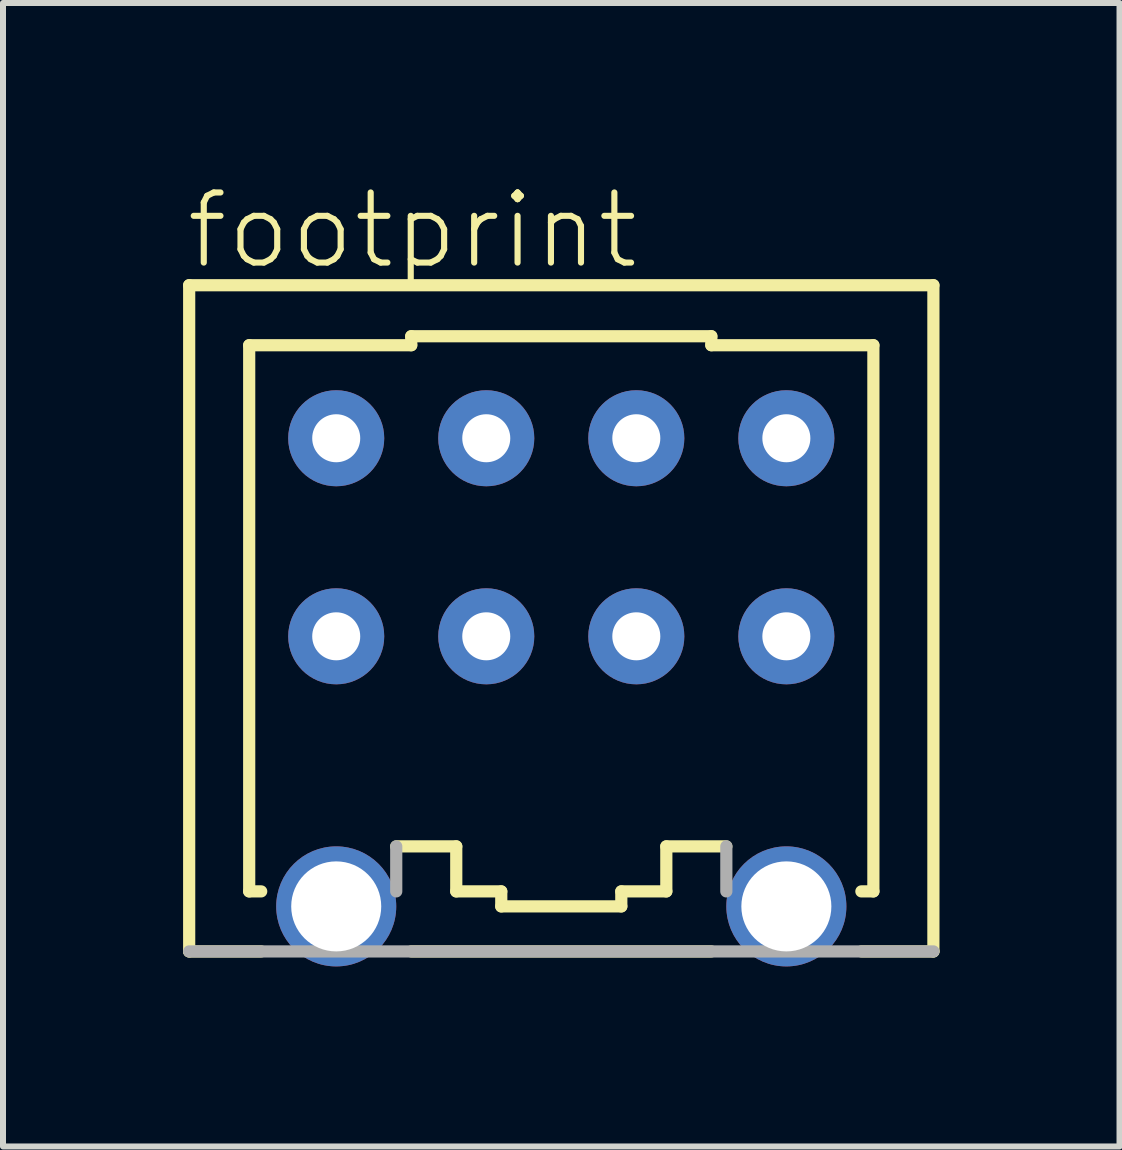
<source format=kicad_pcb>
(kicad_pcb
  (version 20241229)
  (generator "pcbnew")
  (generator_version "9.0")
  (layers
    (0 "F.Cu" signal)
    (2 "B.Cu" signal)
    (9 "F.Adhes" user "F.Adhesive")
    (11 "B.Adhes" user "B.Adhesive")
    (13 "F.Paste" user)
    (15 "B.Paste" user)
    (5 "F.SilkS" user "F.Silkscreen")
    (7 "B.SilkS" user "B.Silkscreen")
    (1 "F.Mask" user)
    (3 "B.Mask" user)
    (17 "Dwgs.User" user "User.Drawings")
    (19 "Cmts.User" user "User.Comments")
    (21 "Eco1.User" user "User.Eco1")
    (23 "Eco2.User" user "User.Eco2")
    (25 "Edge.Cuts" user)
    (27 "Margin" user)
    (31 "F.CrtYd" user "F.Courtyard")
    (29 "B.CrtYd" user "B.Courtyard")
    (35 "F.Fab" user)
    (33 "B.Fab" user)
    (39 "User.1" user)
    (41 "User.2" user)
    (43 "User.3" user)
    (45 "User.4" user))
  (footprint "footprint"
    (layer "F.Cu")
    (at 6.302 7.552)
    (property "Reference" "footprint" (at -6.302 -6.079 0) (layer "F.SilkS") (effects (font (size 1.168 1.168) (thickness 0.102)) (justify left bottom)))
    (fp_line (start -6.2 -5.85) (end 6.2 -5.85) (stroke (width 0.203) (type solid)) (layer "F.SilkS"))
    (fp_line (start -6.2 5.25) (end -6.2 -5.85) (stroke (width 0.203) (type solid)) (layer "F.SilkS"))
    (fp_line (start -5.2 -4.85) (end -2.5 -4.85) (stroke (width 0.203) (type solid)) (layer "F.SilkS"))
    (fp_line (start -5.2 4.25) (end -5.2 -4.85) (stroke (width 0.203) (type solid)) (layer "F.SilkS"))
    (fp_line (start -5 4.25) (end -5.2 4.25) (stroke (width 0.203) (type solid)) (layer "F.SilkS"))
    (fp_line (start -5 5.25) (end -6.2 5.25) (stroke (width 0.203) (type solid)) (layer "F.SilkS"))
    (fp_line (start -2.5 -5) (end 2.5 -5) (stroke (width 0.203) (type solid)) (layer "F.SilkS"))
    (fp_line (start -2.5 -4.85) (end -2.5 -5) (stroke (width 0.203) (type solid)) (layer "F.SilkS"))
    (fp_line (start -1.75 3.5) (end -2.75 3.5) (stroke (width 0.203) (type solid)) (layer "F.SilkS"))
    (fp_line (start -1.75 4.25) (end -1.75 3.5) (stroke (width 0.203) (type solid)) (layer "F.SilkS"))
    (fp_line (start -1 4.25) (end -1.75 4.25) (stroke (width 0.203) (type solid)) (layer "F.SilkS"))
    (fp_line (start -1 4.5) (end -1 4.25) (stroke (width 0.203) (type solid)) (layer "F.SilkS"))
    (fp_line (start 1 4.25) (end 1 4.5) (stroke (width 0.203) (type solid)) (layer "F.SilkS"))
    (fp_line (start 1 4.5) (end -1 4.5) (stroke (width 0.203) (type solid)) (layer "F.SilkS"))
    (fp_line (start 1.75 3.5) (end 1.75 4.25) (stroke (width 0.203) (type solid)) (layer "F.SilkS"))
    (fp_line (start 1.75 4.25) (end 1 4.25) (stroke (width 0.203) (type solid)) (layer "F.SilkS"))
    (fp_line (start 2.5 -5) (end 2.5 -4.85) (stroke (width 0.203) (type solid)) (layer "F.SilkS"))
    (fp_line (start 2.5 -4.85) (end 5.2 -4.85) (stroke (width 0.203) (type solid)) (layer "F.SilkS"))
    (fp_line (start 2.5 5.25) (end -2.5 5.25) (stroke (width 0.203) (type solid)) (layer "F.SilkS"))
    (fp_line (start 2.75 3.5) (end 1.75 3.5) (stroke (width 0.203) (type solid)) (layer "F.SilkS"))
    (fp_line (start 5.2 -4.85) (end 5.2 4.25) (stroke (width 0.203) (type solid)) (layer "F.SilkS"))
    (fp_line (start 5.2 4.25) (end 5 4.25) (stroke (width 0.203) (type solid)) (layer "F.SilkS"))
    (fp_line (start 6.2 -5.85) (end 6.2 5.25) (stroke (width 0.203) (type solid)) (layer "F.SilkS"))
    (fp_line (start 6.2 5.25) (end 5 5.25) (stroke (width 0.203) (type solid)) (layer "F.SilkS"))
    (fp_line (start -2.75 3.5) (end -2.75 4.25) (stroke (width 0.203) (type solid)) (layer "F.Fab"))
    (fp_line (start 2.75 4.25) (end 2.75 3.5) (stroke (width 0.203) (type solid)) (layer "F.Fab"))
    (fp_line (start 6.2 5.25) (end -6.2 5.25) (stroke (width 0.203) (type solid)) (layer "F.Fab"))
    (pad "A1" thru_hole circle (at 3.75 -3.3 180) (size 1.6 1.6) (drill 0.8) (layers "*.Cu" "*.Mask"))
    (pad "A2" thru_hole circle (at 1.25 -3.3 180) (size 1.6 1.6) (drill 0.8) (layers "*.Cu" "*.Mask"))
    (pad "A3" thru_hole circle (at -1.25 -3.3 180) (size 1.6 1.6) (drill 0.8) (layers "*.Cu" "*.Mask"))
    (pad "A4" thru_hole circle (at -3.75 -3.3 180) (size 1.6 1.6) (drill 0.8) (layers "*.Cu" "*.Mask"))
    (pad "B1" thru_hole circle (at 3.75 0 180) (size 1.6 1.6) (drill 0.8) (layers "*.Cu" "*.Mask"))
    (pad "B2" thru_hole circle (at 1.25 0 180) (size 1.6 1.6) (drill 0.8) (layers "*.Cu" "*.Mask"))
    (pad "B3" thru_hole circle (at -1.25 0 180) (size 1.6 1.6) (drill 0.8) (layers "*.Cu" "*.Mask"))
    (pad "B4" thru_hole circle (at -3.75 0 180) (size 1.6 1.6) (drill 0.8) (layers "*.Cu" "*.Mask"))
    (pad "M1" thru_hole circle (at 3.75 4.5) (size 2 2) (drill 1.5) (layers "*.Cu" "*.Mask"))
    (pad "M2" thru_hole circle (at -3.75 4.5) (size 2 2) (drill 1.5) (layers "*.Cu" "*.Mask")))
  (gr_rect
    (start -3 -3)
    (end 15.603 16.052)
    (stroke (width 0.1) (type default))
    (fill no)
    (layer "Edge.Cuts")))
</source>
